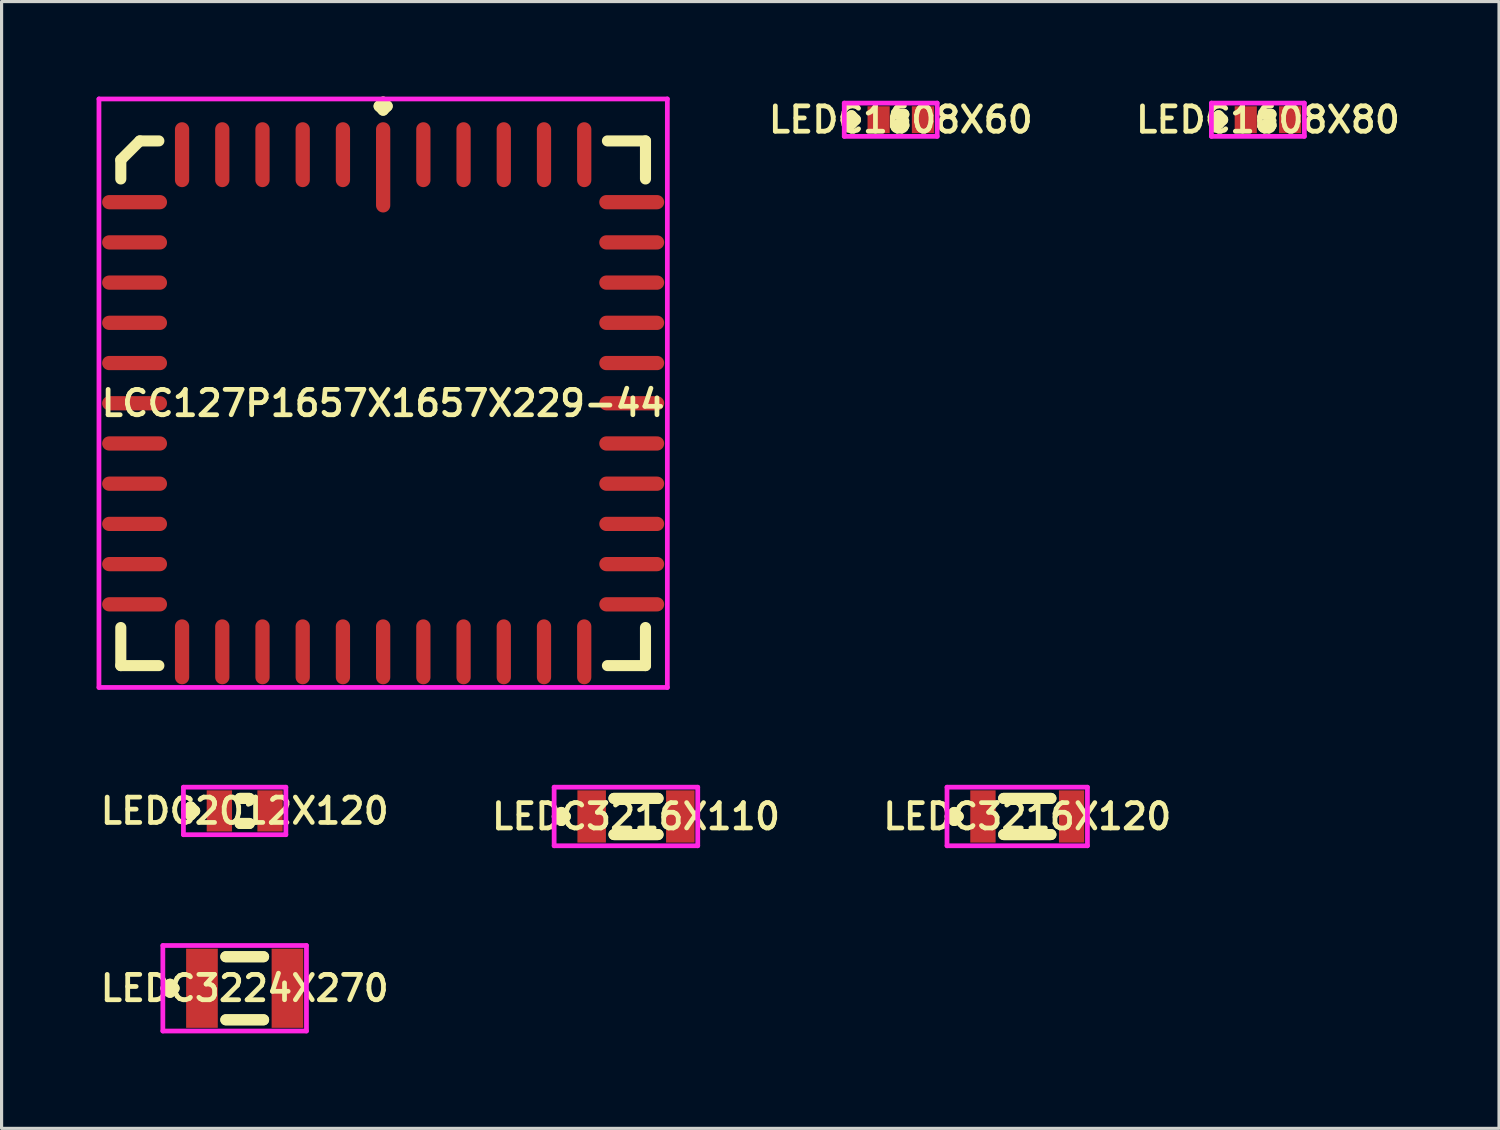
<source format=kicad_pcb>
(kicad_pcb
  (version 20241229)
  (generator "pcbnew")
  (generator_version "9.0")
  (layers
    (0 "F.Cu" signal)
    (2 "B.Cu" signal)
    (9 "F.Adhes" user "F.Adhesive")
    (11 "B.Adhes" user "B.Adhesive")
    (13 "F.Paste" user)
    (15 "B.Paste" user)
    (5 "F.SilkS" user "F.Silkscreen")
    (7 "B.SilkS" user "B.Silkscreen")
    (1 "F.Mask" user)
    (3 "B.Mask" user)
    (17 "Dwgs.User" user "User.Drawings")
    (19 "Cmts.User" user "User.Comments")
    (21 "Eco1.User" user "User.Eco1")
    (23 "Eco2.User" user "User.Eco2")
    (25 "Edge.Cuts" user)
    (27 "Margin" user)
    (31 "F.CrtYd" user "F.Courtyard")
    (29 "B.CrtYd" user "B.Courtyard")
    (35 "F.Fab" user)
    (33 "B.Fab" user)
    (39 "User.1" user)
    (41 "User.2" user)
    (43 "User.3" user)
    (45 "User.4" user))
  (footprint "LEDC1608X60"
    (layer "F.Cu")
    (at 25.397 0.731)
    (property "Reference" "LEDC1608X60" (at 0 0 0) (layer "F.SilkS") (effects (font (size 0.8 0.8) (thickness 0.15))))
    (attr smd)
    (fp_line (start -1.685 0) (end -1.558 -0.127) (stroke (width 0.35) (type solid)) (layer "F.SilkS"))
    (fp_line (start -1.558 -0.127) (end -1.431 0) (stroke (width 0.35) (type solid)) (layer "F.SilkS"))
    (fp_line (start -1.558 0.127) (end -1.685 0) (stroke (width 0.35) (type solid)) (layer "F.SilkS"))
    (fp_line (start -1.431 0) (end -1.558 0.127) (stroke (width 0.35) (type solid)) (layer "F.SilkS"))
    (fp_line (start -0.096 -0.171) (end 0.096 -0.171) (stroke (width 0.35) (type solid)) (layer "F.SilkS"))
    (fp_line (start -0.096 0.171) (end 0.096 0.171) (stroke (width 0.35) (type solid)) (layer "F.SilkS"))
    (fp_line (start 0.096 -0.171) (end -0.096 -0.171) (stroke (width 0.35) (type solid)) (layer "F.SilkS"))
    (fp_line (start 0.096 0.171) (end -0.096 0.171) (stroke (width 0.35) (type solid)) (layer "F.SilkS"))
    (fp_line (start -1.785 -0.525) (end 1.15 -0.525) (stroke (width 0.15) (type solid)) (layer "F.CrtYd"))
    (fp_line (start -1.785 0.525) (end -1.785 -0.525) (stroke (width 0.15) (type solid)) (layer "F.CrtYd"))
    (fp_line (start 1.15 -0.525) (end 1.15 0.525) (stroke (width 0.15) (type solid)) (layer "F.CrtYd"))
    (fp_line (start 1.15 0.525) (end -1.785 0.525) (stroke (width 0.15) (type solid)) (layer "F.CrtYd"))
    (pad "1" smd rect (at -0.7 0) (size 0.7 0.85) (layers "F.Cu" "F.Mask" "F.Paste"))
    (pad "2" smd rect (at 0.7 0) (size 0.7 0.85) (layers "F.Cu" "F.Mask" "F.Paste")))
  (footprint "LCC127P1657X1657X229-44"
    (layer "F.Cu")
    (at 9.05 9.685)
    (property "Reference" "LCC127P1657X1657X229-44" (at 0 0 0) (layer "F.SilkS") (effects (font (size 0.8 0.8) (thickness 0.15))))
    (attr smd)
    (fp_line (start -8.285 -7.684) (end -7.684 -8.285) (stroke (width 0.35) (type solid)) (layer "F.SilkS"))
    (fp_line (start -8.285 -7.083) (end -8.285 -7.684) (stroke (width 0.35) (type solid)) (layer "F.SilkS"))
    (fp_line (start -8.285 7.083) (end -8.285 8.285) (stroke (width 0.35) (type solid)) (layer "F.SilkS"))
    (fp_line (start -8.285 8.285) (end -7.083 8.285) (stroke (width 0.35) (type solid)) (layer "F.SilkS"))
    (fp_line (start -7.684 -8.285) (end -7.083 -8.285) (stroke (width 0.35) (type solid)) (layer "F.SilkS"))
    (fp_line (start -0.127 -9.383) (end 0 -9.51) (stroke (width 0.35) (type solid)) (layer "F.SilkS"))
    (fp_line (start 0 -9.51) (end 0.127 -9.383) (stroke (width 0.35) (type solid)) (layer "F.SilkS"))
    (fp_line (start 0 -9.256) (end -0.127 -9.383) (stroke (width 0.35) (type solid)) (layer "F.SilkS"))
    (fp_line (start 0.127 -9.383) (end 0 -9.256) (stroke (width 0.35) (type solid)) (layer "F.SilkS"))
    (fp_line (start 8.285 -8.285) (end 7.083 -8.285) (stroke (width 0.35) (type solid)) (layer "F.SilkS"))
    (fp_line (start 8.285 -7.083) (end 8.285 -8.285) (stroke (width 0.35) (type solid)) (layer "F.SilkS"))
    (fp_line (start 8.285 7.083) (end 8.285 8.285) (stroke (width 0.35) (type solid)) (layer "F.SilkS"))
    (fp_line (start 8.285 8.285) (end 7.083 8.285) (stroke (width 0.35) (type solid)) (layer "F.SilkS"))
    (fp_line (start -8.975 -9.61) (end 8.975 -9.61) (stroke (width 0.15) (type solid)) (layer "F.CrtYd"))
    (fp_line (start -8.975 8.975) (end -8.975 -9.61) (stroke (width 0.15) (type solid)) (layer "F.CrtYd"))
    (fp_line (start 8.975 -9.61) (end 8.975 8.975) (stroke (width 0.15) (type solid)) (layer "F.CrtYd"))
    (fp_line (start 8.975 8.975) (end -8.975 8.975) (stroke (width 0.15) (type solid)) (layer "F.CrtYd"))
    (pad "1" smd oval (at 0 -7.45) (size 0.45 2.85) (layers "F.Cu" "F.Mask" "F.Paste"))
    (pad "2" smd oval (at -1.27 -7.85) (size 0.45 2.05) (layers "F.Cu" "F.Mask" "F.Paste"))
    (pad "3" smd oval (at -2.54 -7.85) (size 0.45 2.05) (layers "F.Cu" "F.Mask" "F.Paste"))
    (pad "4" smd oval (at -3.81 -7.85) (size 0.45 2.05) (layers "F.Cu" "F.Mask" "F.Paste"))
    (pad "5" smd oval (at -5.08 -7.85) (size 0.45 2.05) (layers "F.Cu" "F.Mask" "F.Paste"))
    (pad "6" smd oval (at -6.35 -7.85) (size 0.45 2.05) (layers "F.Cu" "F.Mask" "F.Paste"))
    (pad "7" smd oval (at -7.85 -6.35) (size 2.05 0.45) (layers "F.Cu" "F.Mask" "F.Paste"))
    (pad "8" smd oval (at -7.85 -5.08) (size 2.05 0.45) (layers "F.Cu" "F.Mask" "F.Paste"))
    (pad "9" smd oval (at -7.85 -3.81) (size 2.05 0.45) (layers "F.Cu" "F.Mask" "F.Paste"))
    (pad "10" smd oval (at -7.85 -2.54) (size 2.05 0.45) (layers "F.Cu" "F.Mask" "F.Paste"))
    (pad "11" smd oval (at -7.85 -1.27) (size 2.05 0.45) (layers "F.Cu" "F.Mask" "F.Paste"))
    (pad "12" smd oval (at -7.85 0) (size 2.05 0.45) (layers "F.Cu" "F.Mask" "F.Paste"))
    (pad "13" smd oval (at -7.85 1.27) (size 2.05 0.45) (layers "F.Cu" "F.Mask" "F.Paste"))
    (pad "14" smd oval (at -7.85 2.54) (size 2.05 0.45) (layers "F.Cu" "F.Mask" "F.Paste"))
    (pad "15" smd oval (at -7.85 3.81) (size 2.05 0.45) (layers "F.Cu" "F.Mask" "F.Paste"))
    (pad "16" smd oval (at -7.85 5.08) (size 2.05 0.45) (layers "F.Cu" "F.Mask" "F.Paste"))
    (pad "17" smd oval (at -7.85 6.35) (size 2.05 0.45) (layers "F.Cu" "F.Mask" "F.Paste"))
    (pad "18" smd oval (at -6.35 7.85) (size 0.45 2.05) (layers "F.Cu" "F.Mask" "F.Paste"))
    (pad "19" smd oval (at -5.08 7.85) (size 0.45 2.05) (layers "F.Cu" "F.Mask" "F.Paste"))
    (pad "20" smd oval (at -3.81 7.85) (size 0.45 2.05) (layers "F.Cu" "F.Mask" "F.Paste"))
    (pad "21" smd oval (at -2.54 7.85) (size 0.45 2.05) (layers "F.Cu" "F.Mask" "F.Paste"))
    (pad "22" smd oval (at -1.27 7.85) (size 0.45 2.05) (layers "F.Cu" "F.Mask" "F.Paste"))
    (pad "23" smd oval (at 0 7.85) (size 0.45 2.05) (layers "F.Cu" "F.Mask" "F.Paste"))
    (pad "24" smd oval (at 1.27 7.85) (size 0.45 2.05) (layers "F.Cu" "F.Mask" "F.Paste"))
    (pad "25" smd oval (at 2.54 7.85) (size 0.45 2.05) (layers "F.Cu" "F.Mask" "F.Paste"))
    (pad "26" smd oval (at 3.81 7.85) (size 0.45 2.05) (layers "F.Cu" "F.Mask" "F.Paste"))
    (pad "27" smd oval (at 5.08 7.85) (size 0.45 2.05) (layers "F.Cu" "F.Mask" "F.Paste"))
    (pad "28" smd oval (at 6.35 7.85) (size 0.45 2.05) (layers "F.Cu" "F.Mask" "F.Paste"))
    (pad "29" smd oval (at 7.85 6.35) (size 2.05 0.45) (layers "F.Cu" "F.Mask" "F.Paste"))
    (pad "30" smd oval (at 7.85 5.08) (size 2.05 0.45) (layers "F.Cu" "F.Mask" "F.Paste"))
    (pad "31" smd oval (at 7.85 3.81) (size 2.05 0.45) (layers "F.Cu" "F.Mask" "F.Paste"))
    (pad "32" smd oval (at 7.85 2.54) (size 2.05 0.45) (layers "F.Cu" "F.Mask" "F.Paste"))
    (pad "33" smd oval (at 7.85 1.27) (size 2.05 0.45) (layers "F.Cu" "F.Mask" "F.Paste"))
    (pad "34" smd oval (at 7.85 0) (size 2.05 0.45) (layers "F.Cu" "F.Mask" "F.Paste"))
    (pad "35" smd oval (at 7.85 -1.27) (size 2.05 0.45) (layers "F.Cu" "F.Mask" "F.Paste"))
    (pad "36" smd oval (at 7.85 -2.54) (size 2.05 0.45) (layers "F.Cu" "F.Mask" "F.Paste"))
    (pad "37" smd oval (at 7.85 -3.81) (size 2.05 0.45) (layers "F.Cu" "F.Mask" "F.Paste"))
    (pad "38" smd oval (at 7.85 -5.08) (size 2.05 0.45) (layers "F.Cu" "F.Mask" "F.Paste"))
    (pad "39" smd oval (at 7.85 -6.35) (size 2.05 0.45) (layers "F.Cu" "F.Mask" "F.Paste"))
    (pad "40" smd oval (at 6.35 -7.85) (size 0.45 2.05) (layers "F.Cu" "F.Mask" "F.Paste"))
    (pad "41" smd oval (at 5.08 -7.85) (size 0.45 2.05) (layers "F.Cu" "F.Mask" "F.Paste"))
    (pad "42" smd oval (at 3.81 -7.85) (size 0.45 2.05) (layers "F.Cu" "F.Mask" "F.Paste"))
    (pad "43" smd oval (at 2.54 -7.85) (size 0.45 2.05) (layers "F.Cu" "F.Mask" "F.Paste"))
    (pad "44" smd oval (at 1.27 -7.85) (size 0.45 2.05) (layers "F.Cu" "F.Mask" "F.Paste")))
  (footprint "LEDC2012X120"
    (layer "F.Cu")
    (at 4.678 22.56)
    (property "Reference" "LEDC2012X120" (at 0 0 0) (layer "F.SilkS") (effects (font (size 0.8 0.8) (thickness 0.15))))
    (attr smd)
    (fp_line (start -1.835 0) (end -1.708 -0.127) (stroke (width 0.35) (type solid)) (layer "F.SilkS"))
    (fp_line (start -1.708 -0.127) (end -1.581 0) (stroke (width 0.35) (type solid)) (layer "F.SilkS"))
    (fp_line (start -1.708 0.127) (end -1.835 0) (stroke (width 0.35) (type solid)) (layer "F.SilkS"))
    (fp_line (start -1.581 0) (end -1.708 0.127) (stroke (width 0.35) (type solid)) (layer "F.SilkS"))
    (fp_line (start -0.146 -0.396) (end 0.146 -0.396) (stroke (width 0.35) (type solid)) (layer "F.SilkS"))
    (fp_line (start -0.146 0.396) (end 0.146 0.396) (stroke (width 0.35) (type solid)) (layer "F.SilkS"))
    (fp_line (start 0.146 -0.396) (end -0.146 -0.396) (stroke (width 0.35) (type solid)) (layer "F.SilkS"))
    (fp_line (start 0.146 0.396) (end -0.146 0.396) (stroke (width 0.35) (type solid)) (layer "F.SilkS"))
    (fp_line (start -1.935 -0.75) (end 1.3 -0.75) (stroke (width 0.15) (type solid)) (layer "F.CrtYd"))
    (fp_line (start -1.935 0.75) (end -1.935 -0.75) (stroke (width 0.15) (type solid)) (layer "F.CrtYd"))
    (fp_line (start 1.3 -0.75) (end 1.3 0.75) (stroke (width 0.15) (type solid)) (layer "F.CrtYd"))
    (fp_line (start 1.3 0.75) (end -1.935 0.75) (stroke (width 0.15) (type solid)) (layer "F.CrtYd"))
    (pad "1" smd rect (at -0.8 0) (size 0.8 1.3) (layers "F.Cu" "F.Mask" "F.Paste"))
    (pad "2" smd rect (at 0.8 0) (size 0.8 1.3) (layers "F.Cu" "F.Mask" "F.Paste")))
  (footprint "LEDC3216X110"
    (layer "F.Cu")
    (at 17.035 22.735)
    (property "Reference" "LEDC3216X110" (at 0 0 0) (layer "F.SilkS") (effects (font (size 0.8 0.8) (thickness 0.15))))
    (attr smd)
    (fp_line (start -2.485 0) (end -2.358 -0.127) (stroke (width 0.35) (type solid)) (layer "F.SilkS"))
    (fp_line (start -2.358 -0.127) (end -2.231 0) (stroke (width 0.35) (type solid)) (layer "F.SilkS"))
    (fp_line (start -2.358 0.127) (end -2.485 0) (stroke (width 0.35) (type solid)) (layer "F.SilkS"))
    (fp_line (start -2.231 0) (end -2.358 0.127) (stroke (width 0.35) (type solid)) (layer "F.SilkS"))
    (fp_line (start -0.696 -0.571) (end 0.696 -0.571) (stroke (width 0.35) (type solid)) (layer "F.SilkS"))
    (fp_line (start -0.696 0.571) (end 0.696 0.571) (stroke (width 0.35) (type solid)) (layer "F.SilkS"))
    (fp_line (start 0.696 -0.571) (end -0.696 -0.571) (stroke (width 0.35) (type solid)) (layer "F.SilkS"))
    (fp_line (start 0.696 0.571) (end -0.696 0.571) (stroke (width 0.35) (type solid)) (layer "F.SilkS"))
    (fp_line (start -2.585 -0.925) (end 1.95 -0.925) (stroke (width 0.15) (type solid)) (layer "F.CrtYd"))
    (fp_line (start -2.585 0.925) (end -2.585 -0.925) (stroke (width 0.15) (type solid)) (layer "F.CrtYd"))
    (fp_line (start 1.95 -0.925) (end 1.95 0.925) (stroke (width 0.15) (type solid)) (layer "F.CrtYd"))
    (fp_line (start 1.95 0.925) (end -2.585 0.925) (stroke (width 0.15) (type solid)) (layer "F.CrtYd"))
    (pad "1" smd rect (at -1.4 0) (size 0.9 1.65) (layers "F.Cu" "F.Mask" "F.Paste"))
    (pad "2" smd rect (at 1.4 0) (size 0.9 1.65) (layers "F.Cu" "F.Mask" "F.Paste")))
  (footprint "LEDC3216X120"
    (layer "F.Cu")
    (at 29.392 22.735)
    (property "Reference" "LEDC3216X120" (at 0 0 0) (layer "F.SilkS") (effects (font (size 0.8 0.8) (thickness 0.15))))
    (attr smd)
    (fp_line (start -2.435 0) (end -2.308 -0.127) (stroke (width 0.35) (type solid)) (layer "F.SilkS"))
    (fp_line (start -2.308 -0.127) (end -2.181 0) (stroke (width 0.35) (type solid)) (layer "F.SilkS"))
    (fp_line (start -2.308 0.127) (end -2.435 0) (stroke (width 0.35) (type solid)) (layer "F.SilkS"))
    (fp_line (start -2.181 0) (end -2.308 0.127) (stroke (width 0.35) (type solid)) (layer "F.SilkS"))
    (fp_line (start -0.746 -0.571) (end 0.746 -0.571) (stroke (width 0.35) (type solid)) (layer "F.SilkS"))
    (fp_line (start -0.746 0.571) (end 0.746 0.571) (stroke (width 0.35) (type solid)) (layer "F.SilkS"))
    (fp_line (start 0.746 -0.571) (end -0.746 -0.571) (stroke (width 0.35) (type solid)) (layer "F.SilkS"))
    (fp_line (start 0.746 0.571) (end -0.746 0.571) (stroke (width 0.35) (type solid)) (layer "F.SilkS"))
    (fp_line (start -2.535 -0.925) (end 1.9 -0.925) (stroke (width 0.15) (type solid)) (layer "F.CrtYd"))
    (fp_line (start -2.535 0.925) (end -2.535 -0.925) (stroke (width 0.15) (type solid)) (layer "F.CrtYd"))
    (fp_line (start 1.9 -0.925) (end 1.9 0.925) (stroke (width 0.15) (type solid)) (layer "F.CrtYd"))
    (fp_line (start 1.9 0.925) (end -2.535 0.925) (stroke (width 0.15) (type solid)) (layer "F.CrtYd"))
    (pad "1" smd rect (at -1.4 0) (size 0.8 1.65) (layers "F.Cu" "F.Mask" "F.Paste"))
    (pad "2" smd rect (at 1.4 0) (size 0.8 1.65) (layers "F.Cu" "F.Mask" "F.Paste")))
  (footprint "LEDC3224X270"
    (layer "F.Cu")
    (at 4.678 28.16)
    (property "Reference" "LEDC3224X270" (at 0 0 0) (layer "F.SilkS") (effects (font (size 0.8 0.8) (thickness 0.15))))
    (attr through_hole)
    (fp_line (start -2.485 0) (end -2.358 -0.127) (stroke (width 0.35) (type solid)) (layer "F.SilkS"))
    (fp_line (start -2.358 -0.127) (end -2.231 0) (stroke (width 0.35) (type solid)) (layer "F.SilkS"))
    (fp_line (start -2.358 0.127) (end -2.485 0) (stroke (width 0.35) (type solid)) (layer "F.SilkS"))
    (fp_line (start -2.231 0) (end -2.358 0.127) (stroke (width 0.35) (type solid)) (layer "F.SilkS"))
    (fp_line (start -0.596 -0.996) (end 0.596 -0.996) (stroke (width 0.35) (type solid)) (layer "F.SilkS"))
    (fp_line (start -0.596 0.996) (end 0.596 0.996) (stroke (width 0.35) (type solid)) (layer "F.SilkS"))
    (fp_line (start 0.596 -0.996) (end -0.596 -0.996) (stroke (width 0.35) (type solid)) (layer "F.SilkS"))
    (fp_line (start 0.596 0.996) (end -0.596 0.996) (stroke (width 0.35) (type solid)) (layer "F.SilkS"))
    (fp_line (start -2.585 -1.35) (end 1.95 -1.35) (stroke (width 0.15) (type solid)) (layer "F.CrtYd"))
    (fp_line (start -2.585 1.35) (end -2.585 -1.35) (stroke (width 0.15) (type solid)) (layer "F.CrtYd"))
    (fp_line (start 1.95 -1.35) (end 1.95 1.35) (stroke (width 0.15) (type solid)) (layer "F.CrtYd"))
    (fp_line (start 1.95 1.35) (end -2.585 1.35) (stroke (width 0.15) (type solid)) (layer "F.CrtYd"))
    (pad "1" smd rect (at -1.35 0) (size 1 2.5) (layers "F.Cu" "F.Mask" "F.Paste"))
    (pad "2" smd rect (at 1.35 0) (size 1 2.5) (layers "F.Cu" "F.Mask" "F.Paste")))
  (footprint "LEDC1608X80"
    (layer "F.Cu")
    (at 36.992 0.731)
    (property "Reference" "LEDC1608X80" (at 0 0 0) (layer "F.SilkS") (effects (font (size 0.8 0.8) (thickness 0.15))))
    (attr smd)
    (fp_line (start -1.685 0) (end -1.558 -0.127) (stroke (width 0.35) (type solid)) (layer "F.SilkS"))
    (fp_line (start -1.558 -0.127) (end -1.431 0) (stroke (width 0.35) (type solid)) (layer "F.SilkS"))
    (fp_line (start -1.558 0.127) (end -1.685 0) (stroke (width 0.35) (type solid)) (layer "F.SilkS"))
    (fp_line (start -1.431 0) (end -1.558 0.127) (stroke (width 0.35) (type solid)) (layer "F.SilkS"))
    (fp_line (start -0.096 -0.171) (end 0.096 -0.171) (stroke (width 0.35) (type solid)) (layer "F.SilkS"))
    (fp_line (start -0.096 0.171) (end 0.096 0.171) (stroke (width 0.35) (type solid)) (layer "F.SilkS"))
    (fp_line (start 0.096 -0.171) (end -0.096 -0.171) (stroke (width 0.35) (type solid)) (layer "F.SilkS"))
    (fp_line (start 0.096 0.171) (end -0.096 0.171) (stroke (width 0.35) (type solid)) (layer "F.SilkS"))
    (fp_line (start -1.785 -0.525) (end 1.15 -0.525) (stroke (width 0.15) (type solid)) (layer "F.CrtYd"))
    (fp_line (start -1.785 0.525) (end -1.785 -0.525) (stroke (width 0.15) (type solid)) (layer "F.CrtYd"))
    (fp_line (start 1.15 -0.525) (end 1.15 0.525) (stroke (width 0.15) (type solid)) (layer "F.CrtYd"))
    (fp_line (start 1.15 0.525) (end -1.785 0.525) (stroke (width 0.15) (type solid)) (layer "F.CrtYd"))
    (pad "1" smd rect (at -0.7 0) (size 0.7 0.85) (layers "F.Cu" "F.Mask" "F.Paste"))
    (pad "2" smd rect (at 0.7 0) (size 0.7 0.85) (layers "F.Cu" "F.Mask" "F.Paste")))
  (gr_rect
    (start -3 -3)
    (end 44.29 32.585)
    (stroke (width 0.1) (type default))
    (fill no)
    (layer "Edge.Cuts")))
</source>
